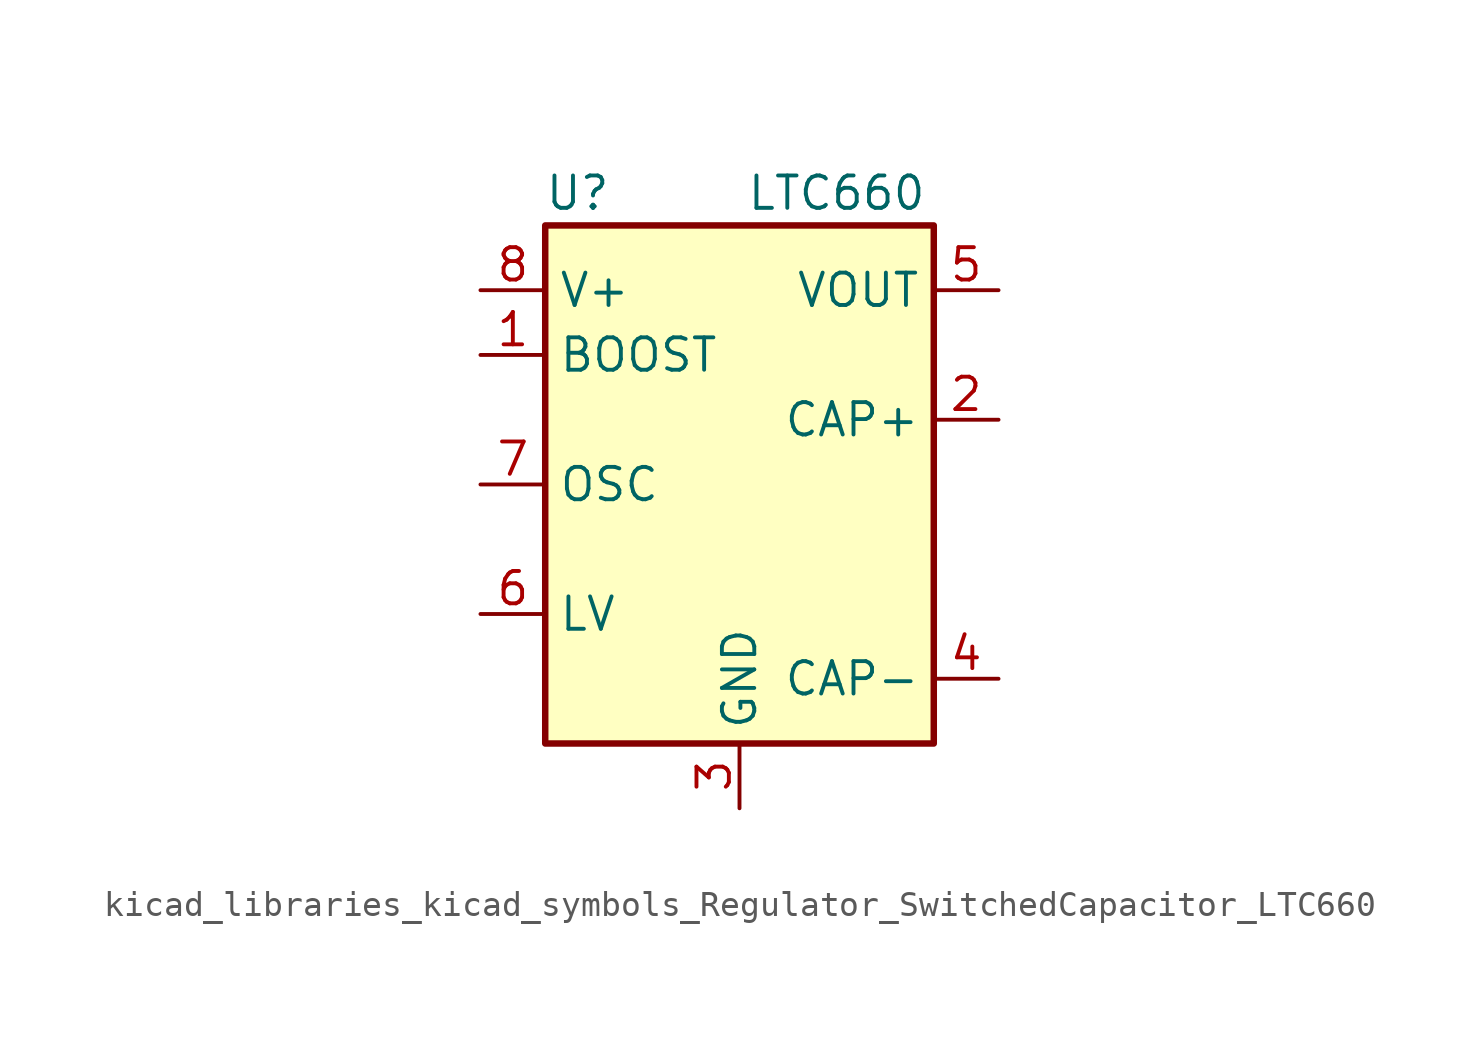
<source format=kicad_sym>
(kicad_symbol_lib
  (version 20220914)
  (generator kicad_symbol_editor)
  (symbol "kicad_libraries_kicad_symbols_Regulator_SwitchedCapacitor_LTC660"
    (property "Reference" "U"
      (at -6.35 11.43 0)
      (effects (font (size 1.27 1.27))))
    (property "Value" "LTC660"
      (at 3.81 11.43 0)
      (effects (font (size 1.27 1.27))))
    (symbol "kicad_libraries_kicad_symbols_Regulator_SwitchedCapacitor_LTC660_0_1"
      (rectangle (start -7.62 10.16) (end 7.62 -10.16) (stroke (width 0.254) (type default)) (fill (type background))))
    (symbol "kicad_libraries_kicad_symbols_Regulator_SwitchedCapacitor_LTC660_1_1"
      (pin input line (at -10.16 5.08 0) (length 2.54) (name "BOOST" (effects (font (size 1.27 1.27)))) (number "1" (effects (font (size 1.27 1.27)))))
      (pin input line (at 10.16 2.54 180) (length 2.54) (name "CAP+" (effects (font (size 1.27 1.27)))) (number "2" (effects (font (size 1.27 1.27)))))
      (pin power_in line (at 0 -12.7 90) (length 2.54) (name "GND" (effects (font (size 1.27 1.27)))) (number "3" (effects (font (size 1.27 1.27)))))
      (pin input line (at 10.16 -7.62 180) (length 2.54) (name "CAP-" (effects (font (size 1.27 1.27)))) (number "4" (effects (font (size 1.27 1.27)))))
      (pin power_out line (at 10.16 7.62 180) (length 2.54) (name "VOUT" (effects (font (size 1.27 1.27)))) (number "5" (effects (font (size 1.27 1.27)))))
      (pin input line (at -10.16 -5.08 0) (length 2.54) (name "LV" (effects (font (size 1.27 1.27)))) (number "6" (effects (font (size 1.27 1.27)))))
      (pin input line (at -10.16 0 0) (length 2.54) (name "OSC" (effects (font (size 1.27 1.27)))) (number "7" (effects (font (size 1.27 1.27)))))
      (pin power_in line (at -10.16 7.62 0) (length 2.54) (name "V+" (effects (font (size 1.27 1.27)))) (number "8" (effects (font (size 1.27 1.27))))))))
</source>
